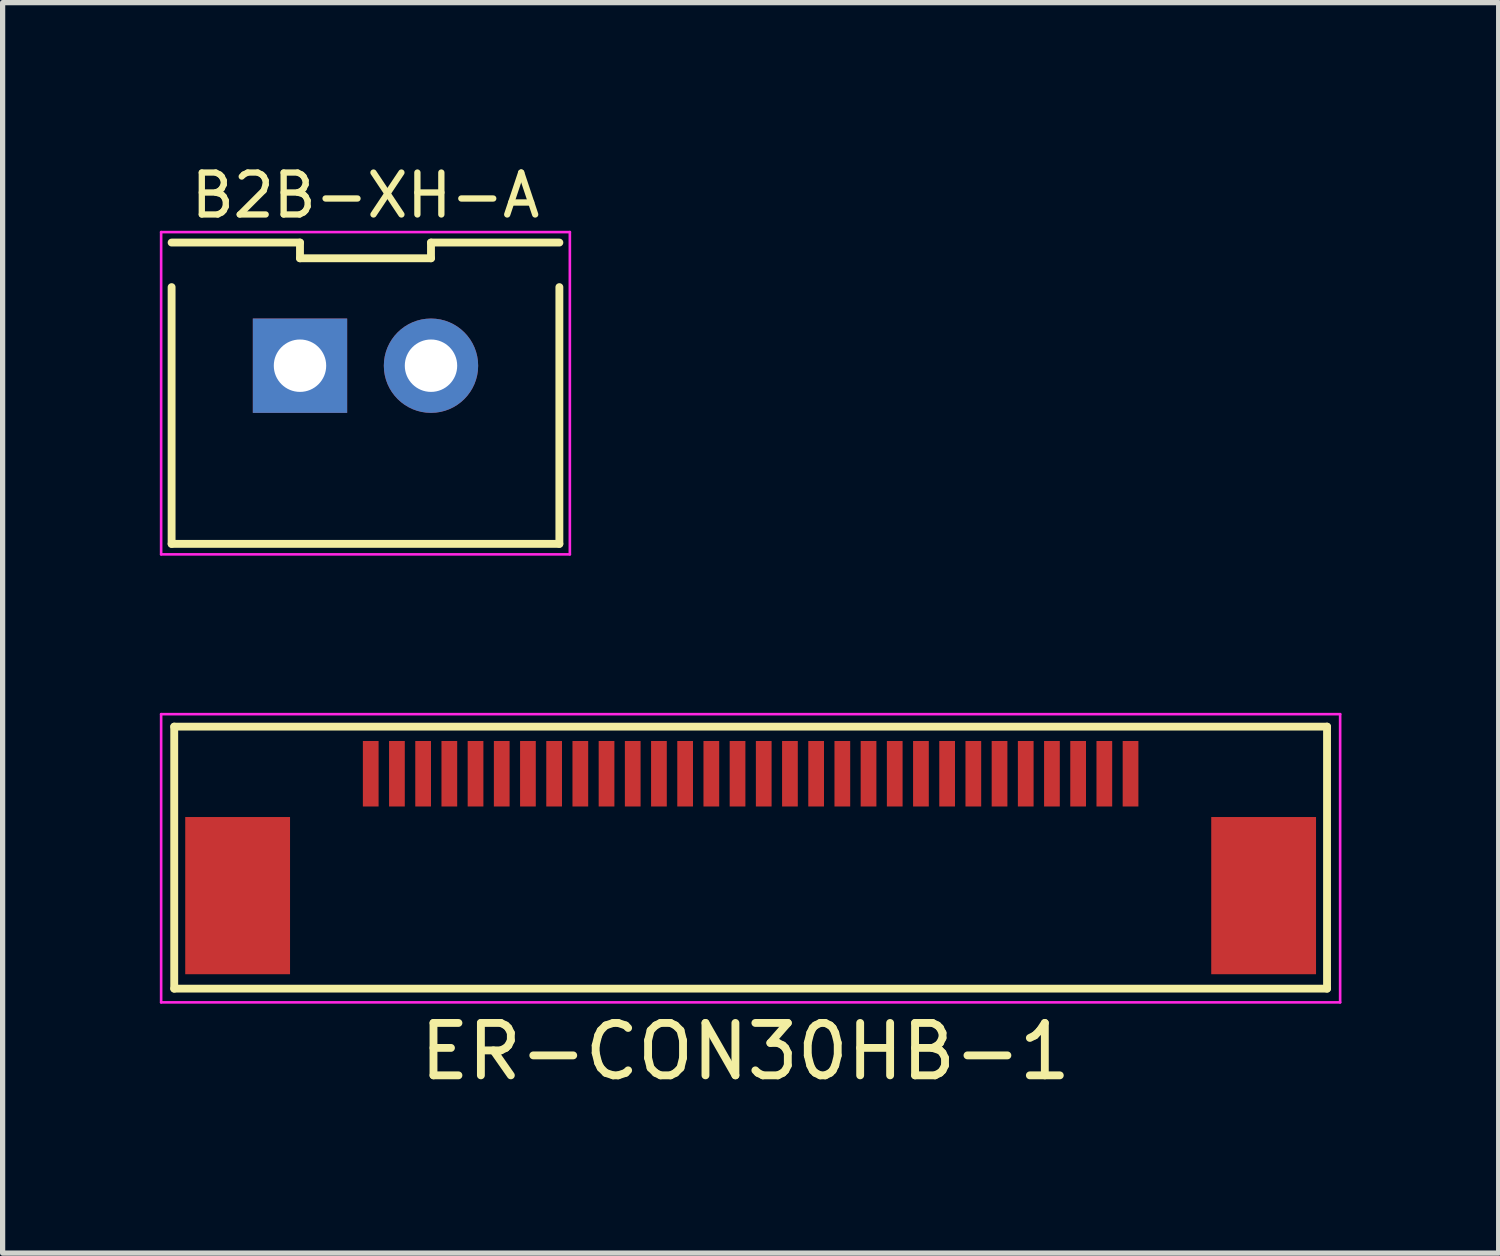
<source format=kicad_pcb>
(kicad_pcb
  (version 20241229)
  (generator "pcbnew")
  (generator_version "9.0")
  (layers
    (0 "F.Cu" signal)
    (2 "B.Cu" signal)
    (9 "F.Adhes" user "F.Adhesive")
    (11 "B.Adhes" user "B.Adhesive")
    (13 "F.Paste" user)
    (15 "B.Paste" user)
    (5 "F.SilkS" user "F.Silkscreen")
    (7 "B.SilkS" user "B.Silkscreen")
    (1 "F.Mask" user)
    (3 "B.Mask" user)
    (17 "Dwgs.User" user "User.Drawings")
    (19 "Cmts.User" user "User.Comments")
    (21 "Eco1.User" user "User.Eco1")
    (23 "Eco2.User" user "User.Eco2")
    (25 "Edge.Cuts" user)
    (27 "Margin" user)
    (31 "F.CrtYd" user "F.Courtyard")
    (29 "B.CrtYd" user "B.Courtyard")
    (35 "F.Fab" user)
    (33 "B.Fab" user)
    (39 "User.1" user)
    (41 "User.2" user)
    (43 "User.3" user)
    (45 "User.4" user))
  (footprint "ER-CON30HB-1"
    (layer "F.Cu")
    (at 11.275 12.879)
    (property "Reference" "ER-CON30HB-1" (at -0.1 4.138 0) (layer "F.SilkS") (effects (font (size 1 1) (thickness 0.15))))
    (attr smd)
    (fp_line (start -11 -2.062) (end -11 2.938) (stroke (width 0.15) (type solid)) (layer "F.SilkS"))
    (fp_line (start -11 -2.062) (end 11 -2.062) (stroke (width 0.15) (type solid)) (layer "F.SilkS"))
    (fp_line (start -11 2.938) (end 11 2.938) (stroke (width 0.15) (type solid)) (layer "F.SilkS"))
    (fp_line (start 11 -2.062) (end 11 2.938) (stroke (width 0.15) (type solid)) (layer "F.SilkS"))
    (fp_line (start -11.25 -2.3) (end -11.25 3.2) (stroke (width 0.05) (type solid)) (layer "F.CrtYd"))
    (fp_line (start -11.25 -2.3) (end 11.25 -2.3) (stroke (width 0.05) (type solid)) (layer "F.CrtYd"))
    (fp_line (start -11.25 3.2) (end 11.25 3.2) (stroke (width 0.05) (type solid)) (layer "F.CrtYd"))
    (fp_line (start 11.25 -2.3) (end 11.25 3.2) (stroke (width 0.05) (type solid)) (layer "F.CrtYd"))
    (pad "" smd rect (at -9.79 1.163) (size 2 3) (layers "F.Cu" "F.Mask" "F.Paste"))
    (pad "" smd rect (at 9.79 1.163) (size 2 3) (layers "F.Cu" "F.Mask" "F.Paste"))
    (pad "1" smd rect (at -7.25 -1.163) (size 0.3 1.25) (layers "F.Cu" "F.Mask" "F.Paste"))
    (pad "2" smd rect (at -6.75 -1.163) (size 0.3 1.25) (layers "F.Cu" "F.Mask" "F.Paste"))
    (pad "3" smd rect (at -6.25 -1.163) (size 0.3 1.25) (layers "F.Cu" "F.Mask" "F.Paste"))
    (pad "4" smd rect (at -5.75 -1.163) (size 0.3 1.25) (layers "F.Cu" "F.Mask" "F.Paste"))
    (pad "5" smd rect (at -5.25 -1.163) (size 0.3 1.25) (layers "F.Cu" "F.Mask" "F.Paste"))
    (pad "6" smd rect (at -4.75 -1.163) (size 0.3 1.25) (layers "F.Cu" "F.Mask" "F.Paste"))
    (pad "7" smd rect (at -4.25 -1.163) (size 0.3 1.25) (layers "F.Cu" "F.Mask" "F.Paste"))
    (pad "8" smd rect (at -3.75 -1.163) (size 0.3 1.25) (layers "F.Cu" "F.Mask" "F.Paste"))
    (pad "9" smd rect (at -3.25 -1.163) (size 0.3 1.25) (layers "F.Cu" "F.Mask" "F.Paste"))
    (pad "10" smd rect (at -2.75 -1.163) (size 0.3 1.25) (layers "F.Cu" "F.Mask" "F.Paste"))
    (pad "11" smd rect (at -2.25 -1.163) (size 0.3 1.25) (layers "F.Cu" "F.Mask" "F.Paste"))
    (pad "12" smd rect (at -1.75 -1.163) (size 0.3 1.25) (layers "F.Cu" "F.Mask" "F.Paste"))
    (pad "13" smd rect (at -1.25 -1.163) (size 0.3 1.25) (layers "F.Cu" "F.Mask" "F.Paste"))
    (pad "14" smd rect (at -0.75 -1.163) (size 0.3 1.25) (layers "F.Cu" "F.Mask" "F.Paste"))
    (pad "15" smd rect (at -0.25 -1.163) (size 0.3 1.25) (layers "F.Cu" "F.Mask" "F.Paste"))
    (pad "16" smd rect (at 0.25 -1.163) (size 0.3 1.25) (layers "F.Cu" "F.Mask" "F.Paste"))
    (pad "17" smd rect (at 0.75 -1.163) (size 0.3 1.25) (layers "F.Cu" "F.Mask" "F.Paste"))
    (pad "18" smd rect (at 1.25 -1.163) (size 0.3 1.25) (layers "F.Cu" "F.Mask" "F.Paste"))
    (pad "19" smd rect (at 1.75 -1.163) (size 0.3 1.25) (layers "F.Cu" "F.Mask" "F.Paste"))
    (pad "20" smd rect (at 2.25 -1.163) (size 0.3 1.25) (layers "F.Cu" "F.Mask" "F.Paste"))
    (pad "21" smd rect (at 2.75 -1.163) (size 0.3 1.25) (layers "F.Cu" "F.Mask" "F.Paste"))
    (pad "22" smd rect (at 3.25 -1.163) (size 0.3 1.25) (layers "F.Cu" "F.Mask" "F.Paste"))
    (pad "23" smd rect (at 3.75 -1.163) (size 0.3 1.25) (layers "F.Cu" "F.Mask" "F.Paste"))
    (pad "24" smd rect (at 4.25 -1.163) (size 0.3 1.25) (layers "F.Cu" "F.Mask" "F.Paste"))
    (pad "25" smd rect (at 4.75 -1.163) (size 0.3 1.25) (layers "F.Cu" "F.Mask" "F.Paste"))
    (pad "26" smd rect (at 5.25 -1.163) (size 0.3 1.25) (layers "F.Cu" "F.Mask" "F.Paste"))
    (pad "27" smd rect (at 5.75 -1.163) (size 0.3 1.25) (layers "F.Cu" "F.Mask" "F.Paste"))
    (pad "28" smd rect (at 6.25 -1.163) (size 0.3 1.25) (layers "F.Cu" "F.Mask" "F.Paste"))
    (pad "29" smd rect (at 6.75 -1.163) (size 0.3 1.25) (layers "F.Cu" "F.Mask" "F.Paste"))
    (pad "30" smd rect (at 7.25 -1.163) (size 0.3 1.25) (layers "F.Cu" "F.Mask" "F.Paste")))
  (footprint "B2B-XH-A"
    (layer "F.Cu")
    (at 2.675 3.929)
    (property "Reference" "B2B-XH-A" (at 1.25 -3.25 0) (layer "F.SilkS") (effects (font (size 0.8 0.8) (thickness 0.12))))
    (attr through_hole)
    (fp_line (start -2.45 -1.5) (end -2.45 3.4) (stroke (width 0.15) (type solid)) (layer "F.SilkS"))
    (fp_line (start 0 -2.35) (end -2.45 -2.35) (stroke (width 0.15) (type solid)) (layer "F.SilkS"))
    (fp_line (start 0 -2.35) (end 0 -2.05) (stroke (width 0.15) (type solid)) (layer "F.SilkS"))
    (fp_line (start 0 -2.05) (end 2.5 -2.05) (stroke (width 0.15) (type solid)) (layer "F.SilkS"))
    (fp_line (start 2.5 -2.05) (end 2.5 -2.35) (stroke (width 0.15) (type solid)) (layer "F.SilkS"))
    (fp_line (start 4.95 -2.35) (end 2.5 -2.35) (stroke (width 0.15) (type solid)) (layer "F.SilkS"))
    (fp_line (start 4.95 -1.5) (end 4.95 3.4) (stroke (width 0.15) (type solid)) (layer "F.SilkS"))
    (fp_line (start 4.95 3.4) (end -2.45 3.4) (stroke (width 0.15) (type solid)) (layer "F.SilkS"))
    (fp_line (start -2.65 3.6) (end -2.65 -2.55) (stroke (width 0.05) (type solid)) (layer "F.CrtYd"))
    (fp_line (start 5.15 -2.55) (end -2.65 -2.55) (stroke (width 0.05) (type solid)) (layer "F.CrtYd"))
    (fp_line (start 5.15 3.6) (end -2.65 3.6) (stroke (width 0.05) (type solid)) (layer "F.CrtYd"))
    (fp_line (start 5.15 3.6) (end 5.15 -2.55) (stroke (width 0.05) (type solid)) (layer "F.CrtYd"))
    (pad "1" thru_hole rect (at 0 0 180) (size 1.8 1.8) (drill 1) (layers "*.Cu" "*.Mask"))
    (pad "2" thru_hole circle (at 2.5 0 180) (size 1.8 1.8) (drill 1) (layers "*.Cu" "*.Mask")))
  (gr_rect
    (start -3 -3)
    (end 25.55 20.864)
    (stroke (width 0.1) (type default))
    (fill no)
    (layer "Edge.Cuts")))
</source>
